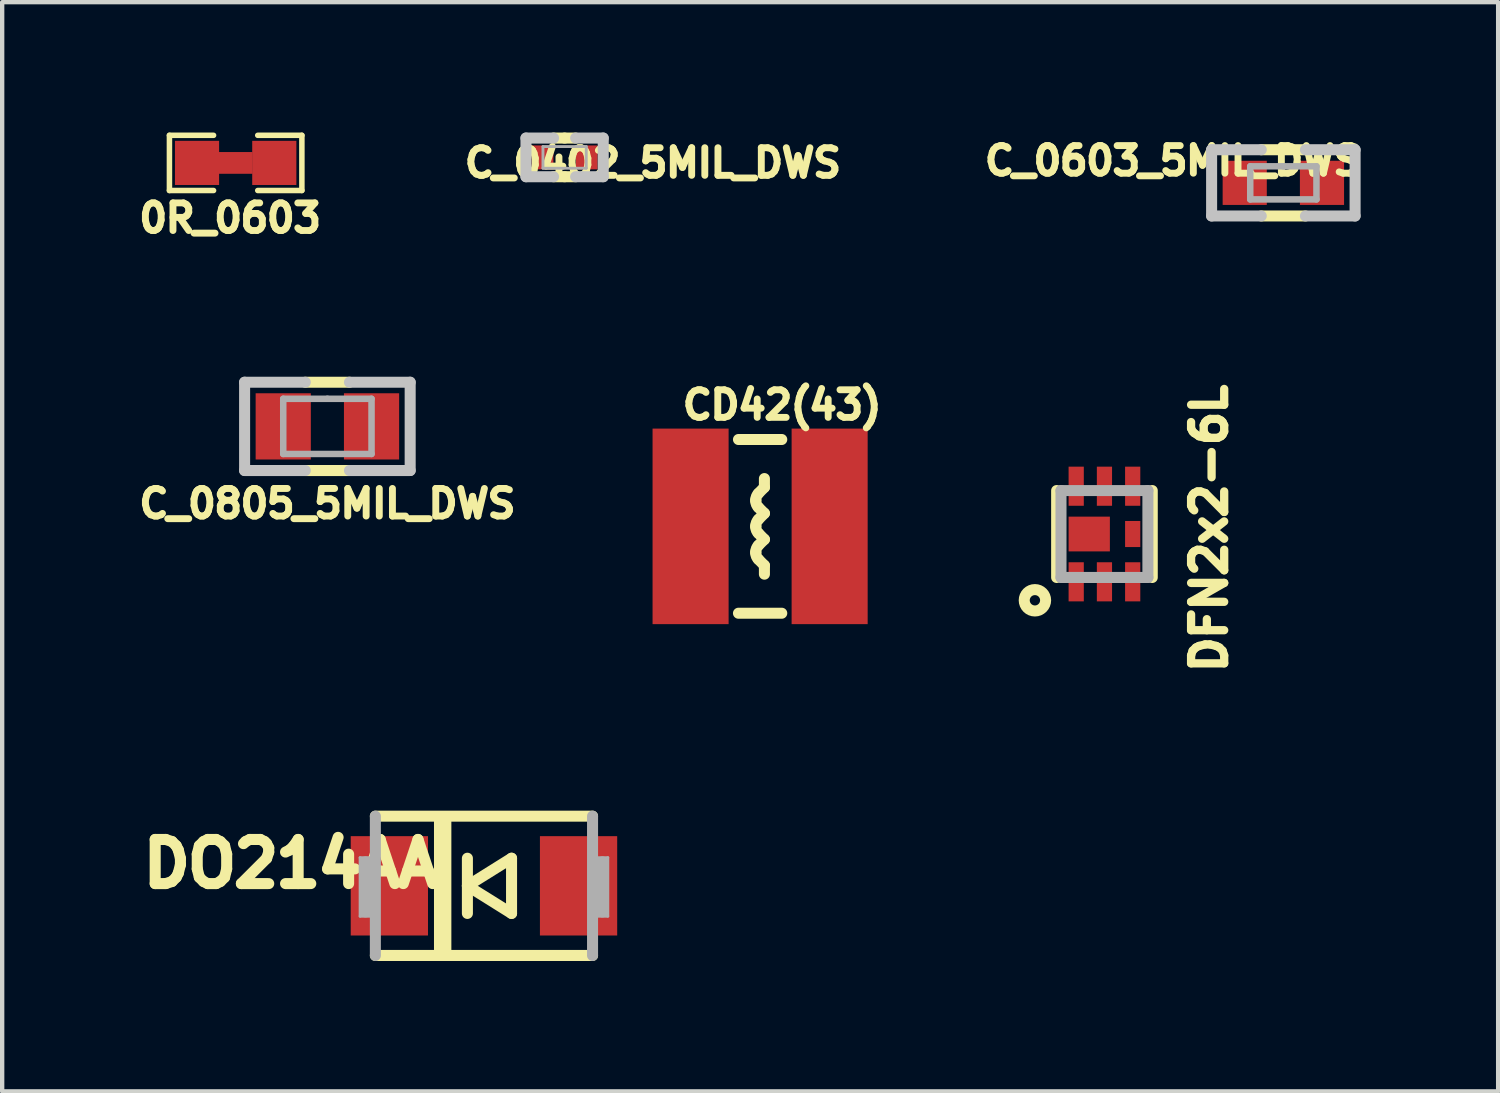
<source format=kicad_pcb>
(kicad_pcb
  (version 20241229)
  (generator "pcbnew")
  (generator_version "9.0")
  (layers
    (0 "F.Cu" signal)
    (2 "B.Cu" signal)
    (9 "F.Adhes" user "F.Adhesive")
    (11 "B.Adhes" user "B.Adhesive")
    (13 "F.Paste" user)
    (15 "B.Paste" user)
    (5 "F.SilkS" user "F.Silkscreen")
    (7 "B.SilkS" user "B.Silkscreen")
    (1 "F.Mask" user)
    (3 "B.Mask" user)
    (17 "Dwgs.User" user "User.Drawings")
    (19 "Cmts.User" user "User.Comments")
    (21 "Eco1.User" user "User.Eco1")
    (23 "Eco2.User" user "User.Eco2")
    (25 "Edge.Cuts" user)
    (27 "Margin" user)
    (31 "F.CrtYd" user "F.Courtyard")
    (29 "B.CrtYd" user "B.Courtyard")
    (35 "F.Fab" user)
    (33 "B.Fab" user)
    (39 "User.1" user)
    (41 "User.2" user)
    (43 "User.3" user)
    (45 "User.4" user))
  (footprint "C_0402_5MIL_DWS"
    (layer "F.Cu")
    (at 9.943 0.572)
    (property "Reference" "C_0402_5MIL_DWS" (at 2.032 0.127 0) (layer "F.SilkS") (effects (font (size 0.635 0.635) (thickness 0.159))))
    (attr smd)
    (fp_line (start 0 -0.445) (end -0.254 -0.445) (stroke (width 0.254) (type solid)) (layer "F.SilkS"))
    (fp_line (start 0 -0.445) (end 0.254 -0.445) (stroke (width 0.254) (type solid)) (layer "F.SilkS"))
    (fp_line (start 0 0.445) (end -0.254 0.445) (stroke (width 0.254) (type solid)) (layer "F.SilkS"))
    (fp_line (start 0 0.445) (end 0.254 0.445) (stroke (width 0.254) (type solid)) (layer "F.SilkS"))
    (fp_line (start -0.889 -0.445) (end -0.889 0.445) (stroke (width 0.254) (type solid)) (layer "Dwgs.User"))
    (fp_line (start -0.889 0.445) (end -0.254 0.445) (stroke (width 0.254) (type solid)) (layer "Dwgs.User"))
    (fp_line (start -0.254 -0.445) (end -0.889 -0.445) (stroke (width 0.254) (type solid)) (layer "Dwgs.User"))
    (fp_line (start 0.254 -0.445) (end 0.889 -0.445) (stroke (width 0.254) (type solid)) (layer "Dwgs.User"))
    (fp_line (start 0.889 -0.445) (end 0.889 0.445) (stroke (width 0.254) (type solid)) (layer "Dwgs.User"))
    (fp_line (start 0.889 0.445) (end 0.254 0.445) (stroke (width 0.254) (type solid)) (layer "Dwgs.User"))
    (fp_line (start -0.498 -0.249) (end 0.498 -0.249) (stroke (width 0.066) (type solid)) (layer "F.Fab"))
    (fp_line (start -0.498 0.249) (end -0.498 -0.249) (stroke (width 0.066) (type solid)) (layer "F.Fab"))
    (fp_line (start -0.498 0.249) (end 0.498 0.249) (stroke (width 0.066) (type solid)) (layer "F.Fab"))
    (fp_line (start 0.498 0.249) (end 0.498 -0.249) (stroke (width 0.066) (type solid)) (layer "F.Fab"))
    (pad "1" smd rect (at -0.508 0 180) (size 0.5 0.55) (layers "F.Cu" "F.Mask" "F.Paste"))
    (pad "2" smd rect (at 0.508 0) (size 0.5 0.55) (layers "F.Cu" "F.Mask" "F.Paste")))
  (footprint "C_0805_5MIL_DWS"
    (layer "F.Cu")
    (at 4.484 6.762)
    (property "Reference" "C_0805_5MIL_DWS" (at 0 1.778 0) (layer "F.SilkS") (effects (font (size 0.635 0.635) (thickness 0.159))))
    (attr smd)
    (fp_line (start -0.508 -1.016) (end 0.508 -1.016) (stroke (width 0.254) (type solid)) (layer "F.SilkS"))
    (fp_line (start -0.508 1.016) (end 0.508 1.016) (stroke (width 0.254) (type solid)) (layer "F.SilkS"))
    (fp_line (start -1.905 -1.016) (end -1.905 1.016) (stroke (width 0.254) (type solid)) (layer "Dwgs.User"))
    (fp_line (start -0.508 -1.016) (end -1.905 -1.016) (stroke (width 0.254) (type solid)) (layer "Dwgs.User"))
    (fp_line (start -0.508 1.016) (end -1.905 1.016) (stroke (width 0.254) (type solid)) (layer "Dwgs.User"))
    (fp_line (start 1.905 -1.016) (end 0.508 -1.016) (stroke (width 0.254) (type solid)) (layer "Dwgs.User"))
    (fp_line (start 1.905 -1.016) (end 1.905 1.016) (stroke (width 0.254) (type solid)) (layer "Dwgs.User"))
    (fp_line (start 1.905 1.016) (end 0.508 1.016) (stroke (width 0.254) (type solid)) (layer "Dwgs.User"))
    (fp_line (start -1.016 -0.635) (end 0 -0.635) (stroke (width 0.15) (type solid)) (layer "F.Fab"))
    (fp_line (start -1.016 0.635) (end -1.016 -0.635) (stroke (width 0.15) (type solid)) (layer "F.Fab"))
    (fp_line (start 0 -0.635) (end 1.016 -0.635) (stroke (width 0.15) (type solid)) (layer "F.Fab"))
    (fp_line (start 1.016 -0.635) (end 1.016 0.635) (stroke (width 0.15) (type solid)) (layer "F.Fab"))
    (fp_line (start 1.016 0.635) (end -1.016 0.635) (stroke (width 0.15) (type solid)) (layer "F.Fab"))
    (pad "1" smd rect (at -1.016 0 90) (size 1.524 1.27) (layers "F.Cu" "F.Mask" "F.Paste"))
    (pad "2" smd rect (at 1.016 0 90) (size 1.524 1.27) (layers "F.Cu" "F.Mask" "F.Paste")))
  (footprint "C_0603_5MIL_DWS"
    (layer "F.Cu")
    (at 26.483 1.158)
    (property "Reference" "C_0603_5MIL_DWS" (at -2.54 -0.508 0) (layer "F.SilkS") (effects (font (size 0.635 0.635) (thickness 0.159))))
    (attr smd)
    (fp_line (start -0.508 -0.762) (end 0.508 -0.762) (stroke (width 0.254) (type solid)) (layer "F.SilkS"))
    (fp_line (start -0.508 0.762) (end 0.508 0.762) (stroke (width 0.254) (type solid)) (layer "F.SilkS"))
    (fp_line (start -1.651 -0.762) (end -1.651 0.762) (stroke (width 0.254) (type solid)) (layer "Dwgs.User"))
    (fp_line (start -1.651 0.762) (end -0.508 0.762) (stroke (width 0.254) (type solid)) (layer "Dwgs.User"))
    (fp_line (start -0.508 -0.762) (end -1.651 -0.762) (stroke (width 0.254) (type solid)) (layer "Dwgs.User"))
    (fp_line (start 0.508 -0.762) (end 1.651 -0.762) (stroke (width 0.254) (type solid)) (layer "Dwgs.User"))
    (fp_line (start 1.651 -0.762) (end 1.651 0.762) (stroke (width 0.254) (type solid)) (layer "Dwgs.User"))
    (fp_line (start 1.651 0.762) (end 0.508 0.762) (stroke (width 0.254) (type solid)) (layer "Dwgs.User"))
    (fp_line (start -0.762 -0.381) (end -0.762 0.381) (stroke (width 0.15) (type solid)) (layer "F.Fab"))
    (fp_line (start -0.762 0.381) (end 0.762 0.381) (stroke (width 0.15) (type solid)) (layer "F.Fab"))
    (fp_line (start 0 -0.381) (end -0.762 -0.381) (stroke (width 0.15) (type solid)) (layer "F.Fab"))
    (fp_line (start 0.762 -0.381) (end 0 -0.381) (stroke (width 0.15) (type solid)) (layer "F.Fab"))
    (fp_line (start 0.762 0.381) (end 0.762 -0.381) (stroke (width 0.15) (type solid)) (layer "F.Fab"))
    (pad "1" smd rect (at -0.889 0) (size 1.016 1.016) (layers "F.Cu" "F.Mask" "F.Paste"))
    (pad "2" smd rect (at 0.889 0) (size 1.016 1.016) (layers "F.Cu" "F.Mask" "F.Paste")))
  (footprint "DO214AA"
    (layer "F.Cu")
    (at 8.087 17.335)
    (property "Reference" "DO214AA" (at -4.445 -0.508 0) (layer "F.SilkS") (effects (font (size 1.016 1.016) (thickness 0.254))))
    (attr smd)
    (fp_line (start -2.499 -1.603) (end 2.499 -1.603) (stroke (width 0.254) (type solid)) (layer "F.SilkS"))
    (fp_line (start -0.95 -1.475) (end -0.95 1.525) (stroke (width 0.4) (type solid)) (layer "F.SilkS"))
    (fp_line (start -0.381 0.635) (end -0.381 -0.635) (stroke (width 0.254) (type solid)) (layer "F.SilkS"))
    (fp_line (start 0.635 -0.635) (end -0.381 0) (stroke (width 0.254) (type solid)) (layer "F.SilkS"))
    (fp_line (start 0.635 0.635) (end -0.381 0) (stroke (width 0.254) (type solid)) (layer "F.SilkS"))
    (fp_line (start 0.635 0.635) (end 0.635 -0.635) (stroke (width 0.254) (type solid)) (layer "F.SilkS"))
    (fp_line (start 2.499 1.603) (end -2.499 1.603) (stroke (width 0.254) (type solid)) (layer "F.SilkS"))
    (fp_line (start -2.85 -0.648) (end -2.598 -0.648) (stroke (width 0.066) (type solid)) (layer "F.Fab"))
    (fp_line (start -2.85 0.699) (end -2.85 -0.648) (stroke (width 0.066) (type solid)) (layer "F.Fab"))
    (fp_line (start -2.85 0.699) (end -2.598 0.699) (stroke (width 0.066) (type solid)) (layer "F.Fab"))
    (fp_line (start -2.725 -0.55) (end -2.725 0.6) (stroke (width 0.254) (type solid)) (layer "F.Fab"))
    (fp_line (start -2.598 0.699) (end -2.598 -0.648) (stroke (width 0.066) (type solid)) (layer "F.Fab"))
    (fp_line (start -2.499 1.603) (end -2.499 -1.603) (stroke (width 0.254) (type solid)) (layer "F.Fab"))
    (fp_line (start 2.499 -1.603) (end 2.499 1.603) (stroke (width 0.254) (type solid)) (layer "F.Fab"))
    (fp_line (start 2.598 -0.648) (end 2.85 -0.648) (stroke (width 0.066) (type solid)) (layer "F.Fab"))
    (fp_line (start 2.598 0.699) (end 2.598 -0.648) (stroke (width 0.066) (type solid)) (layer "F.Fab"))
    (fp_line (start 2.598 0.699) (end 2.85 0.699) (stroke (width 0.066) (type solid)) (layer "F.Fab"))
    (fp_line (start 2.725 -0.55) (end 2.725 0.6) (stroke (width 0.254) (type solid)) (layer "F.Fab"))
    (fp_line (start 2.85 0.699) (end 2.85 -0.648) (stroke (width 0.066) (type solid)) (layer "F.Fab"))
    (pad "A" smd rect (at 2.177 0) (size 1.778 2.286) (layers "F.Cu" "F.Mask" "F.Paste"))
    (pad "C" smd rect (at -2.177 0) (size 1.778 2.286) (layers "F.Cu" "F.Mask" "F.Paste")))
  (footprint "0R_0603"
    (layer "F.Cu")
    (at 2.373 0.699)
    (property "Reference" "0R_0603" (at -0.127 1.27 0) (layer "F.SilkS") (effects (font (size 0.635 0.635) (thickness 0.159))))
    (attr smd)
    (fp_line (start -1.524 -0.635) (end -1.524 0.635) (stroke (width 0.127) (type solid)) (layer "F.SilkS"))
    (fp_line (start -1.524 -0.635) (end -0.508 -0.635) (stroke (width 0.127) (type solid)) (layer "F.SilkS"))
    (fp_line (start -1.524 0.635) (end -0.508 0.635) (stroke (width 0.127) (type solid)) (layer "F.SilkS"))
    (fp_line (start 0.508 -0.635) (end 1.524 -0.635) (stroke (width 0.127) (type solid)) (layer "F.SilkS"))
    (fp_line (start 1.524 -0.635) (end 1.524 0.635) (stroke (width 0.127) (type solid)) (layer "F.SilkS"))
    (fp_line (start 1.524 0.635) (end 0.508 0.635) (stroke (width 0.127) (type solid)) (layer "F.SilkS"))
    (pad "1" smd rect (at -0.889 0) (size 1.016 1.016) (layers "F.Cu" "F.Mask" "F.Paste"))
    (pad "1" smd rect (at 0 0) (size 0.78 0.5) (layers "F.Cu" "F.Mask" "F.Paste"))
    (pad "2" smd rect (at 0.889 0) (size 1.016 1.016) (layers "F.Cu" "F.Mask" "F.Paste")))
  (footprint "DFN2x2-6L"
    (layer "F.Cu")
    (at 22.366 9.239)
    (property "Reference" "DFN2x2-6L" (at 2.413 -0.127 90) (layer "F.SilkS") (effects (font (size 0.762 0.762) (thickness 0.191))))
    (attr smd)
    (fp_line (start -1.1 -1) (end -1.1 1) (stroke (width 0.254) (type solid)) (layer "F.SilkS"))
    (fp_line (start 1.1 -1) (end 1.1 1) (stroke (width 0.254) (type solid)) (layer "F.SilkS"))
    (fp_circle (center -1.6 1.525) (end -1.5 1.75) (stroke (width 0.254) (type solid)) (fill no) (layer "F.SilkS"))
    (fp_line (start -1 -1) (end 1 -1) (stroke (width 0.254) (type solid)) (layer "F.Fab"))
    (fp_line (start -1 1) (end -1 -1) (stroke (width 0.254) (type solid)) (layer "F.Fab"))
    (fp_line (start 1 -1) (end 1 1) (stroke (width 0.254) (type solid)) (layer "F.Fab"))
    (fp_line (start 1 1) (end -1 1) (stroke (width 0.254) (type solid)) (layer "F.Fab"))
    (pad "1" smd rect (at -0.65 1.1 270) (size 0.9 0.35) (layers "F.Cu" "F.Mask" "F.Paste"))
    (pad "2" smd rect (at 0 1.1 270) (size 0.9 0.35) (layers "F.Cu" "F.Mask" "F.Paste"))
    (pad "3" smd rect (at 0.65 1.1 270) (size 0.9 0.35) (layers "F.Cu" "F.Mask" "F.Paste"))
    (pad "4" smd rect (at 0.65 -1.1 270) (size 0.9 0.35) (layers "F.Cu" "F.Mask" "F.Paste"))
    (pad "5" smd rect (at 0 -1.1 270) (size 0.9 0.35) (layers "F.Cu" "F.Mask" "F.Paste"))
    (pad "6" smd rect (at -0.65 -1.1 270) (size 0.9 0.35) (layers "F.Cu" "F.Mask" "F.Paste"))
    (pad "7" smd rect (at -0.35 0 270) (size 0.8 0.95) (layers "F.Cu" "F.Mask" "F.Paste"))
    (pad "8" smd rect (at 0.65 0 270) (size 0.6 0.35) (layers "F.Cu" "F.Mask" "F.Paste")))
  (footprint "CD42(43)"
    (layer "F.Cu")
    (at 14.442 9.063)
    (property "Reference" "CD42(43)" (at 0.508 -2.794 180) (layer "F.SilkS") (effects (font (size 0.635 0.635) (thickness 0.159))))
    (attr smd)
    (fp_line (start -0.099 -0.582) (end -0.099 -0.615) (stroke (width 0.254) (type solid)) (layer "F.SilkS"))
    (fp_line (start -0.099 0.015) (end -0.099 -0.015) (stroke (width 0.254) (type solid)) (layer "F.SilkS"))
    (fp_line (start -0.099 0.615) (end -0.099 0.582) (stroke (width 0.254) (type solid)) (layer "F.SilkS"))
    (fp_line (start -0.041 -0.757) (end 0.099 -0.899) (stroke (width 0.254) (type solid)) (layer "F.SilkS"))
    (fp_line (start -0.041 -0.157) (end 0.099 -0.3) (stroke (width 0.254) (type solid)) (layer "F.SilkS"))
    (fp_line (start -0.041 0.439) (end 0.099 0.3) (stroke (width 0.254) (type solid)) (layer "F.SilkS"))
    (fp_line (start 0.099 -0.899) (end 0.099 -1.1) (stroke (width 0.254) (type solid)) (layer "F.SilkS"))
    (fp_line (start 0.099 -0.3) (end -0.041 -0.439) (stroke (width 0.254) (type solid)) (layer "F.SilkS"))
    (fp_line (start 0.099 0.3) (end -0.041 0.157) (stroke (width 0.254) (type solid)) (layer "F.SilkS"))
    (fp_line (start 0.099 0.899) (end -0.041 0.757) (stroke (width 0.254) (type solid)) (layer "F.SilkS"))
    (fp_line (start 0.099 1.1) (end 0.099 0.899) (stroke (width 0.254) (type solid)) (layer "F.SilkS"))
    (fp_line (start 0.498 -1.999) (end -0.498 -1.999) (stroke (width 0.254) (type solid)) (layer "F.SilkS"))
    (fp_line (start 0.498 1.999) (end -0.498 1.999) (stroke (width 0.254) (type solid)) (layer "F.SilkS"))
    (fp_arc (start -0.09906 -0.61468) (mid -0.084045 -0.690337) (end -0.041276 -0.754527) (stroke (width 0.254) (type solid)) (layer "F.SilkS"))
    (fp_arc (start -0.09906 -0.01524) (mid -0.084045 -0.090897) (end -0.041276 -0.155087) (stroke (width 0.254) (type solid)) (layer "F.SilkS"))
    (fp_arc (start -0.09906 0.58166) (mid -0.084045 0.506003) (end -0.041276 0.441813) (stroke (width 0.254) (type solid)) (layer "F.SilkS"))
    (fp_arc (start -0.04064 -0.43942) (mid -0.084371 -0.503548) (end -0.100298 -0.579516) (stroke (width 0.254) (type solid)) (layer "F.SilkS"))
    (fp_arc (start -0.04064 0.15748) (mid -0.084371 0.093352) (end -0.100298 0.017384) (stroke (width 0.254) (type solid)) (layer "F.SilkS"))
    (fp_arc (start -0.04064 0.75692) (mid -0.084371 0.692792) (end -0.100298 0.616824) (stroke (width 0.254) (type solid)) (layer "F.SilkS"))
    (pad "1" smd rect (at -1.6 0 90) (size 4.5 1.75) (layers "F.Cu" "F.Mask" "F.Paste"))
    (pad "2" smd rect (at 1.6 0 90) (size 4.5 1.75) (layers "F.Cu" "F.Mask" "F.Paste")))
  (gr_rect
    (start -3 -3)
    (end 31.426 22.065)
    (stroke (width 0.1) (type default))
    (fill no)
    (layer "Edge.Cuts")))
</source>
